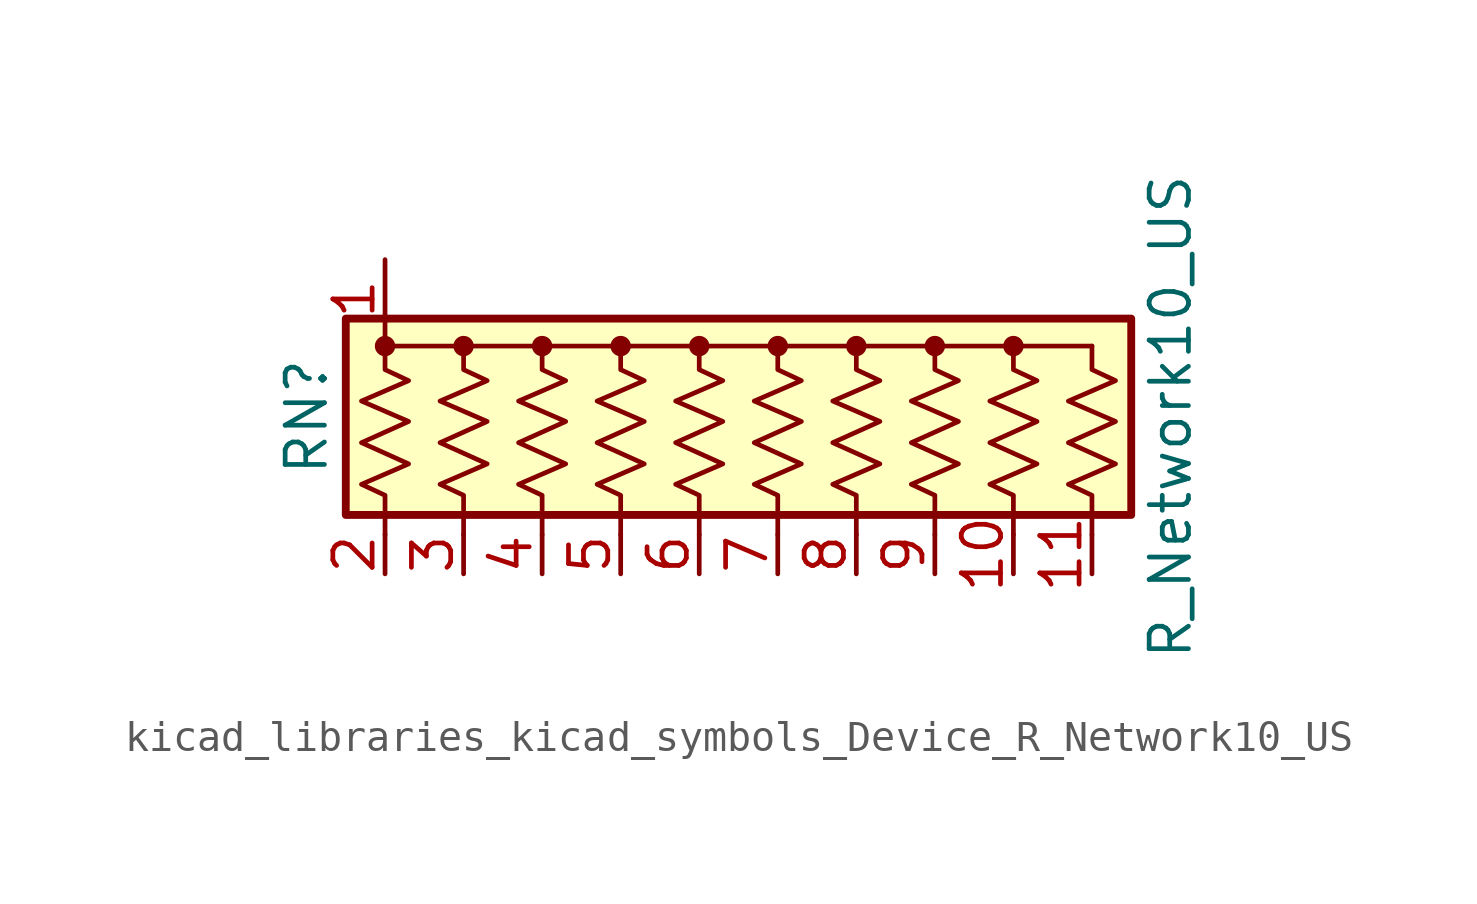
<source format=kicad_sym>
(kicad_symbol_lib
  (version 20220914)
  (generator kicad_symbol_editor)
  (symbol "kicad_libraries_kicad_symbols_Device_R_Network10_US"
    (pin_names
      (offset 0) hide)
    (property "Reference" "RN"
      (at -15.24 0 90)
      (effects (font (size 1.27 1.27))))
    (property "Value" "R_Network10_US"
      (at 12.7 0 90)
      (effects (font (size 1.27 1.27))))
    (symbol "kicad_libraries_kicad_symbols_Device_R_Network10_US_0_1"
      (rectangle (start -13.97 -3.175) (end 11.43 3.175) (stroke (width 0.254) (type default)) (fill (type background)))
      (circle (center -12.7 2.286) (radius 0.254) (stroke (width 0) (type default)) (fill (type outline)))
      (circle (center -10.16 2.286) (radius 0.254) (stroke (width 0) (type default)) (fill (type outline)))
      (circle (center -7.62 2.286) (radius 0.254) (stroke (width 0) (type default)) (fill (type outline)))
      (circle (center -5.08 2.286) (radius 0.254) (stroke (width 0) (type default)) (fill (type outline)))
      (circle (center -2.54 2.286) (radius 0.254) (stroke (width 0) (type default)) (fill (type outline)))
      (polyline (pts (xy -12.7 2.286) (xy 10.16 2.286)) (stroke (width 0) (type default)) (fill (type none)))
      (polyline (pts (xy -12.7 2.286) (xy -12.7 1.524) (xy -11.938 1.168) (xy -13.462 0.508) (xy -11.938 -0.152) (xy -13.462 -0.838) (xy -11.938 -1.524) (xy -13.462 -2.184) (xy -12.7 -2.54) (xy -12.7 -3.81)) (stroke (width 0) (type default)) (fill (type none)))
      (polyline (pts (xy -10.16 2.286) (xy -10.16 1.524) (xy -9.398 1.168) (xy -10.922 0.508) (xy -9.398 -0.152) (xy -10.922 -0.838) (xy -9.398 -1.524) (xy -10.922 -2.184) (xy -10.16 -2.54) (xy -10.16 -3.81)) (stroke (width 0) (type default)) (fill (type none)))
      (polyline (pts (xy -7.62 2.286) (xy -7.62 1.524) (xy -6.858 1.168) (xy -8.382 0.508) (xy -6.858 -0.152) (xy -8.382 -0.838) (xy -6.858 -1.524) (xy -8.382 -2.184) (xy -7.62 -2.54) (xy -7.62 -3.81)) (stroke (width 0) (type default)) (fill (type none)))
      (polyline (pts (xy -5.08 2.286) (xy -5.08 1.524) (xy -4.318 1.168) (xy -5.842 0.508) (xy -4.318 -0.152) (xy -5.842 -0.838) (xy -4.318 -1.524) (xy -5.842 -2.184) (xy -5.08 -2.54) (xy -5.08 -3.81)) (stroke (width 0) (type default)) (fill (type none)))
      (polyline (pts (xy -2.54 2.286) (xy -2.54 1.524) (xy -1.778 1.168) (xy -3.302 0.508) (xy -1.778 -0.152) (xy -3.302 -0.838) (xy -1.778 -1.524) (xy -3.302 -2.184) (xy -2.54 -2.54) (xy -2.54 -3.81)) (stroke (width 0) (type default)) (fill (type none)))
      (polyline (pts (xy 0 2.286) (xy 0 1.524) (xy 0.762 1.168) (xy -0.762 0.508) (xy 0.762 -0.152) (xy -0.762 -0.838) (xy 0.762 -1.524) (xy -0.762 -2.184) (xy 0 -2.54) (xy 0 -3.81)) (stroke (width 0) (type default)) (fill (type none)))
      (polyline (pts (xy 2.54 2.286) (xy 2.54 1.524) (xy 3.302 1.168) (xy 1.778 0.508) (xy 3.302 -0.152) (xy 1.778 -0.838) (xy 3.302 -1.524) (xy 1.778 -2.184) (xy 2.54 -2.54) (xy 2.54 -3.81)) (stroke (width 0) (type default)) (fill (type none)))
      (polyline (pts (xy 5.08 2.286) (xy 5.08 1.524) (xy 5.842 1.168) (xy 4.318 0.508) (xy 5.842 -0.152) (xy 4.318 -0.838) (xy 5.842 -1.524) (xy 4.318 -2.184) (xy 5.08 -2.54) (xy 5.08 -3.81)) (stroke (width 0) (type default)) (fill (type none)))
      (polyline (pts (xy 7.62 2.286) (xy 7.62 1.524) (xy 8.382 1.168) (xy 6.858 0.508) (xy 8.382 -0.152) (xy 6.858 -0.838) (xy 8.382 -1.524) (xy 6.858 -2.184) (xy 7.62 -2.54) (xy 7.62 -3.81)) (stroke (width 0) (type default)) (fill (type none)))
      (polyline (pts (xy 10.16 2.286) (xy 10.16 1.524) (xy 10.922 1.168) (xy 9.398 0.508) (xy 10.922 -0.152) (xy 9.398 -0.838) (xy 10.922 -1.524) (xy 9.398 -2.184) (xy 10.16 -2.54) (xy 10.16 -3.81)) (stroke (width 0) (type default)) (fill (type none)))
      (circle (center 0 2.286) (radius 0.254) (stroke (width 0) (type default)) (fill (type outline)))
      (circle (center 2.54 2.286) (radius 0.254) (stroke (width 0) (type default)) (fill (type outline)))
      (circle (center 5.08 2.286) (radius 0.254) (stroke (width 0) (type default)) (fill (type outline)))
      (circle (center 7.62 2.286) (radius 0.254) (stroke (width 0) (type default)) (fill (type outline))))
    (symbol "kicad_libraries_kicad_symbols_Device_R_Network10_US_1_1"
      (pin passive line (at -12.7 5.08 270) (length 2.54) (name "common" (effects (font (size 1.27 1.27)))) (number "1" (effects (font (size 1.27 1.27)))))
      (pin passive line (at 7.62 -5.08 90) (length 1.27) (name "R9" (effects (font (size 1.27 1.27)))) (number "10" (effects (font (size 1.27 1.27)))))
      (pin passive line (at 10.16 -5.08 90) (length 1.27) (name "R10" (effects (font (size 1.27 1.27)))) (number "11" (effects (font (size 1.27 1.27)))))
      (pin passive line (at -12.7 -5.08 90) (length 1.27) (name "R1" (effects (font (size 1.27 1.27)))) (number "2" (effects (font (size 1.27 1.27)))))
      (pin passive line (at -10.16 -5.08 90) (length 1.27) (name "R2" (effects (font (size 1.27 1.27)))) (number "3" (effects (font (size 1.27 1.27)))))
      (pin passive line (at -7.62 -5.08 90) (length 1.27) (name "R3" (effects (font (size 1.27 1.27)))) (number "4" (effects (font (size 1.27 1.27)))))
      (pin passive line (at -5.08 -5.08 90) (length 1.27) (name "R4" (effects (font (size 1.27 1.27)))) (number "5" (effects (font (size 1.27 1.27)))))
      (pin passive line (at -2.54 -5.08 90) (length 1.27) (name "R5" (effects (font (size 1.27 1.27)))) (number "6" (effects (font (size 1.27 1.27)))))
      (pin passive line (at 0 -5.08 90) (length 1.27) (name "R6" (effects (font (size 1.27 1.27)))) (number "7" (effects (font (size 1.27 1.27)))))
      (pin passive line (at 2.54 -5.08 90) (length 1.27) (name "R7" (effects (font (size 1.27 1.27)))) (number "8" (effects (font (size 1.27 1.27)))))
      (pin passive line (at 5.08 -5.08 90) (length 1.27) (name "R8" (effects (font (size 1.27 1.27)))) (number "9" (effects (font (size 1.27 1.27))))))))
</source>
